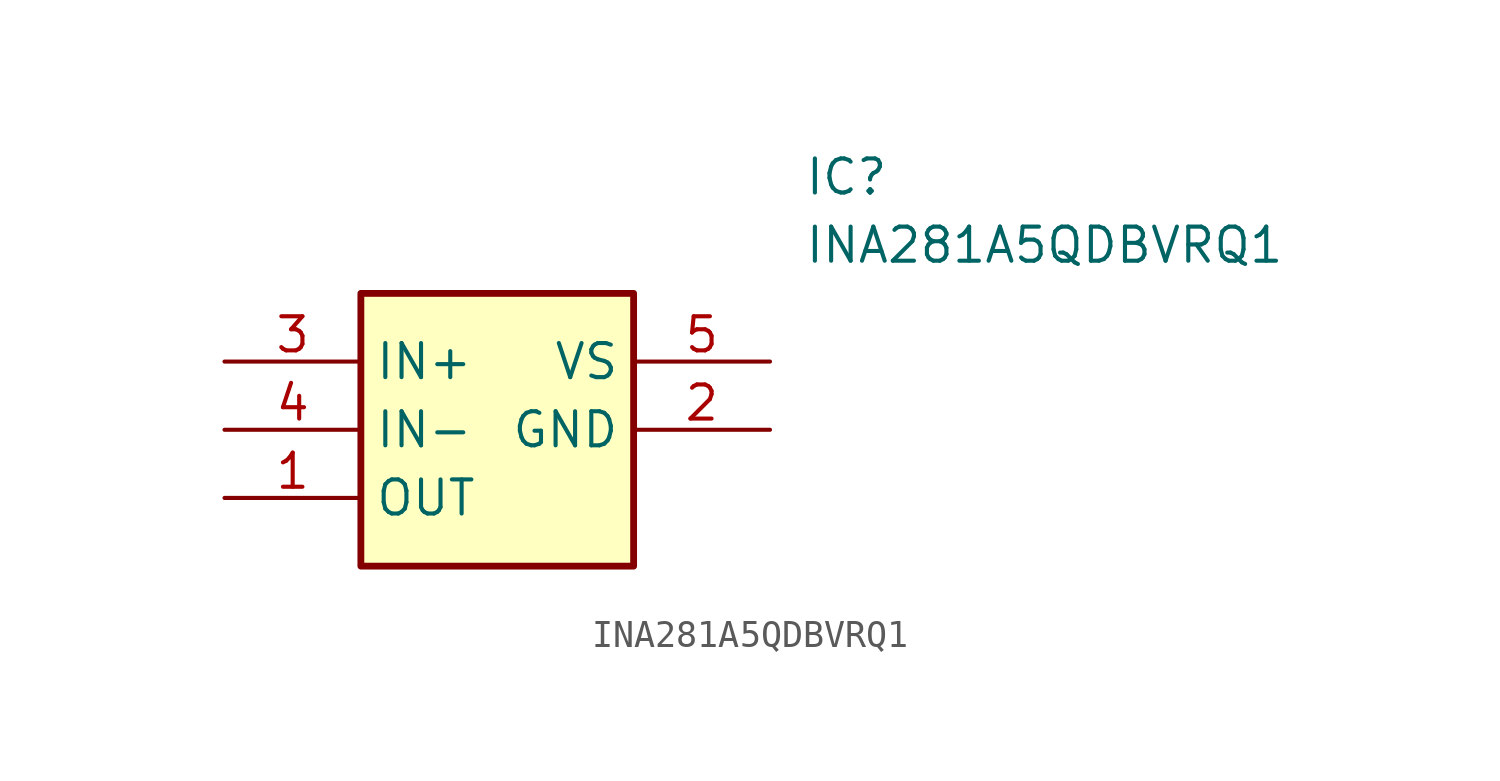
<source format=kicad_sym>
(kicad_symbol_lib
  (version 20220914)
  (generator kicad_symbol_editor)
  (symbol "INA281A5QDBVRQ1"
    (property "Reference" "IC"
      (at 21.59 7.62 0)
      (effects (font (size 1.27 1.27)) (justify left top)))
    (property "Value" "INA281A5QDBVRQ1"
      (at 21.59 5.08 0)
      (effects (font (size 1.27 1.27)) (justify left top)))
    (symbol "INA281A5QDBVRQ1_1_1"
      (rectangle (start 5.08 2.54) (end 15.24 -7.62) (stroke (width 0.254) (type default)) (fill (type background)))
      (pin passive line (at 0 -5.08 0) (length 5.08) (name "OUT" (effects (font (size 1.27 1.27)))) (number "1" (effects (font (size 1.27 1.27)))))
      (pin passive line (at 20.32 -2.54 180) (length 5.08) (name "GND" (effects (font (size 1.27 1.27)))) (number "2" (effects (font (size 1.27 1.27)))))
      (pin passive line (at 0 0 0) (length 5.08) (name "IN+" (effects (font (size 1.27 1.27)))) (number "3" (effects (font (size 1.27 1.27)))))
      (pin passive line (at 0 -2.54 0) (length 5.08) (name "IN-" (effects (font (size 1.27 1.27)))) (number "4" (effects (font (size 1.27 1.27)))))
      (pin passive line (at 20.32 0 180) (length 5.08) (name "VS" (effects (font (size 1.27 1.27)))) (number "5" (effects (font (size 1.27 1.27))))))))
</source>
